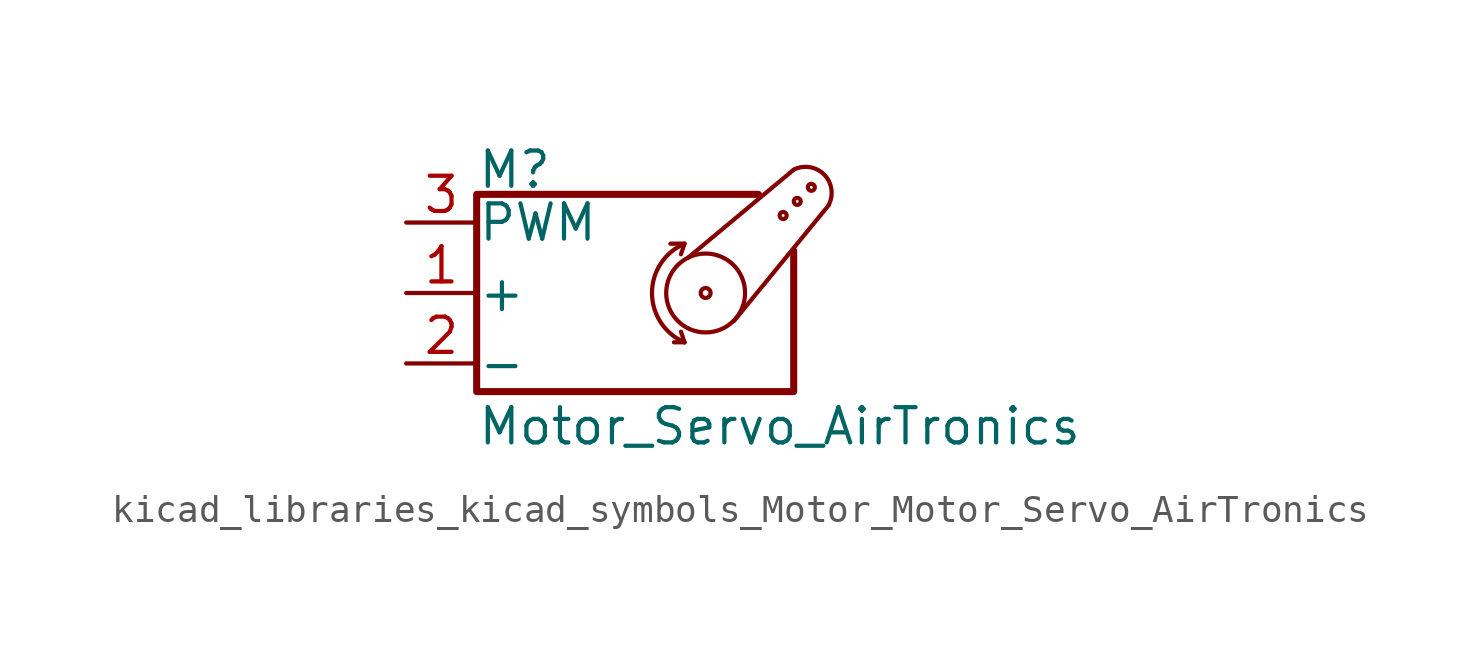
<source format=kicad_sym>
(kicad_symbol_lib
  (version 20220914)
  (generator kicad_symbol_editor)
  (symbol "kicad_libraries_kicad_symbols_Motor_Motor_Servo_AirTronics"
    (pin_names
      (offset 0.025))
    (property "Reference" "M"
      (at -5.08 4.445 0)
      (effects (font (size 1.27 1.27)) (justify left)))
    (property "Value" "Motor_Servo_AirTronics"
      (at -5.08 -4.064 0)
      (effects (font (size 1.27 1.27)) (justify left top)))
    (symbol "kicad_libraries_kicad_symbols_Motor_Motor_Servo_AirTronics_0_1"
      (polyline (pts (xy 2.413 -1.778) (xy 2.032 -1.778)) (stroke (width 0) (type default)) (fill (type none)))
      (polyline (pts (xy 2.413 -1.778) (xy 2.286 -1.397)) (stroke (width 0) (type default)) (fill (type none)))
      (polyline (pts (xy 2.413 1.778) (xy 1.905 1.778)) (stroke (width 0) (type default)) (fill (type none)))
      (polyline (pts (xy 2.413 1.778) (xy 2.286 1.397)) (stroke (width 0) (type default)) (fill (type none)))
      (polyline (pts (xy 6.35 4.445) (xy 2.54 1.27)) (stroke (width 0) (type default)) (fill (type none)))
      (polyline (pts (xy 7.62 3.175) (xy 4.191 -1.016)) (stroke (width 0) (type default)) (fill (type none)))
      (polyline (pts (xy 6.35 1.524) (xy 6.35 -3.556) (xy -5.08 -3.556) (xy -5.08 3.556) (xy 5.08 3.556)) (stroke (width 0.254) (type default)) (fill (type none)))
      (arc (start 2.413 1.778) (mid 1.2406 0) (end 2.413 -1.778) (stroke (width 0) (type default)) (fill (type none)))
      (circle (center 3.175 0) (radius 0.178) (stroke (width 0) (type default)) (fill (type none)))
      (circle (center 3.175 0) (radius 1.422) (stroke (width 0) (type default)) (fill (type none)))
      (circle (center 5.969 2.794) (radius 0.127) (stroke (width 0) (type default)) (fill (type none)))
      (circle (center 6.477 3.302) (radius 0.127) (stroke (width 0) (type default)) (fill (type none)))
      (circle (center 6.985 3.81) (radius 0.127) (stroke (width 0) (type default)) (fill (type none)))
      (arc (start 7.62 3.175) (mid 7.4485 4.2735) (end 6.35 4.445) (stroke (width 0) (type default)) (fill (type none))))
    (symbol "kicad_libraries_kicad_symbols_Motor_Motor_Servo_AirTronics_1_1"
      (pin passive line (at -7.62 0 0) (length 2.54) (name "+" (effects (font (size 1.27 1.27)))) (number "1" (effects (font (size 1.27 1.27)))))
      (pin passive line (at -7.62 -2.54 0) (length 2.54) (name "-" (effects (font (size 1.27 1.27)))) (number "2" (effects (font (size 1.27 1.27)))))
      (pin passive line (at -7.62 2.54 0) (length 2.54) (name "PWM" (effects (font (size 1.27 1.27)))) (number "3" (effects (font (size 1.27 1.27))))))))
</source>
